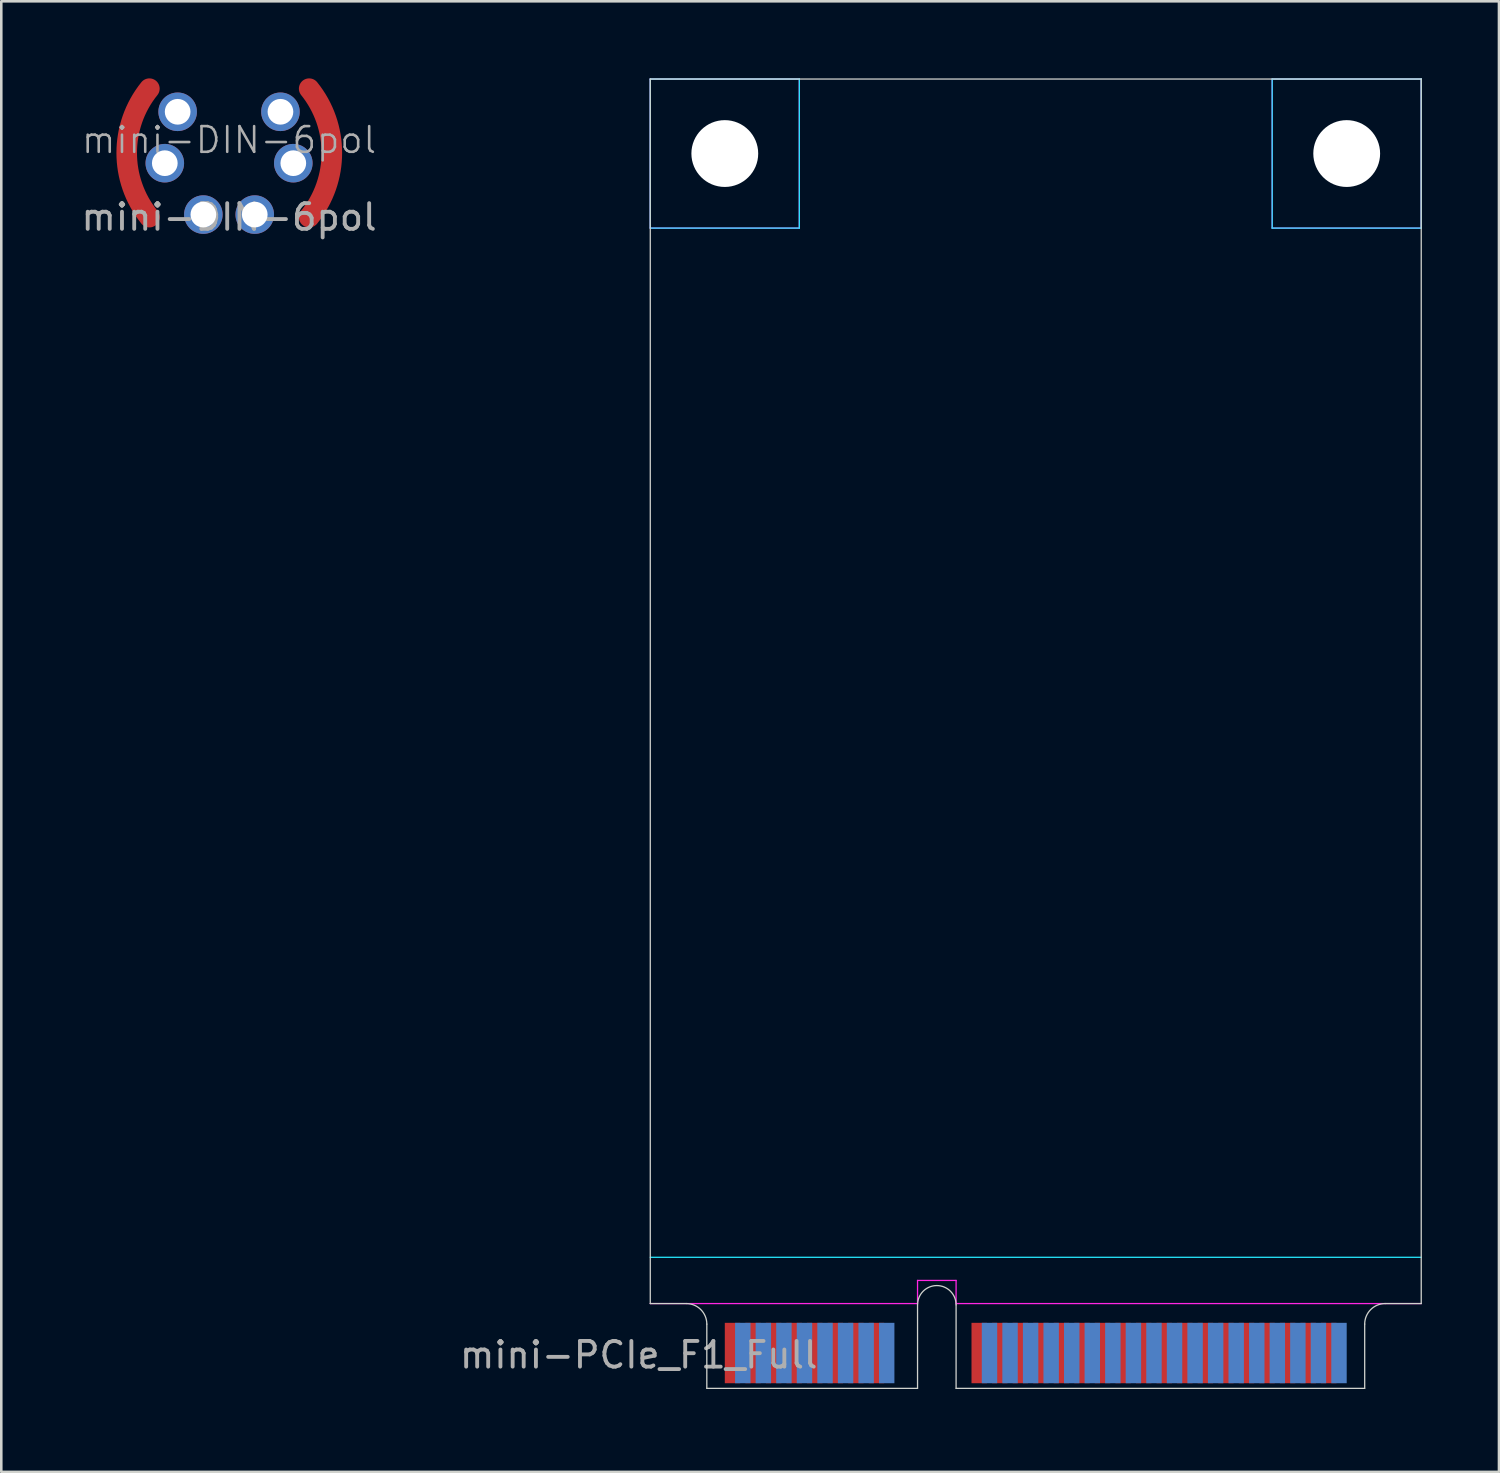
<source format=kicad_pcb>
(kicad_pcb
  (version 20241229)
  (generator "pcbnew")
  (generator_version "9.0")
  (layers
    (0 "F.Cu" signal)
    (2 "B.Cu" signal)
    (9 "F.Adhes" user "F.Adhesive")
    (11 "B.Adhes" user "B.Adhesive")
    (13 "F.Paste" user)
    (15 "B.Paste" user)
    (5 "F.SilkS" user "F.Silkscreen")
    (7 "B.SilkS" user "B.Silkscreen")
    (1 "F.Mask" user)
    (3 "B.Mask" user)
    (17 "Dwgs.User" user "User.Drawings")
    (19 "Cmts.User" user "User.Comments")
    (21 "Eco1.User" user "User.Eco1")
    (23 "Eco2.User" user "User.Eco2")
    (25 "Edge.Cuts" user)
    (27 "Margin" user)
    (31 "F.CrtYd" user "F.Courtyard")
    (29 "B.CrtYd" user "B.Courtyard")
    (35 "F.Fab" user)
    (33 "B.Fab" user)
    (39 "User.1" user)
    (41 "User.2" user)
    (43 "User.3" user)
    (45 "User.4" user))
  (footprint "mini-PCIe_F1_Full"
    (layer "F.Cu")
    (at 33.404 50.975)
    (property "Reference" "mini-PCIe_F1_Full" (at -11.6 -1.3 0) (layer "F.Fab") (effects (font (size 1 1) (thickness 0.15))))
    (attr through_hole)
    (fp_line (start -11.15 -50.95) (end 18.85 -50.95) (stroke (width 0.05) (type solid)) (layer "Edge.Cuts"))
    (fp_line (start -11.15 -3.3) (end -11.15 -50.95) (stroke (width 0.05) (type solid)) (layer "Edge.Cuts"))
    (fp_line (start -11.15 -3.3) (end -9.75 -3.3) (stroke (width 0.05) (type solid)) (layer "Edge.Cuts"))
    (fp_line (start -8.95 0) (end -8.95 -2.5) (stroke (width 0.05) (type solid)) (layer "Edge.Cuts"))
    (fp_line (start -0.75 0) (end -8.95 0) (stroke (width 0.05) (type solid)) (layer "Edge.Cuts"))
    (fp_line (start -0.75 0) (end -0.75 -3.25) (stroke (width 0.05) (type solid)) (layer "Edge.Cuts"))
    (fp_line (start 0.75 0) (end 0.75 -3.25) (stroke (width 0.05) (type solid)) (layer "Edge.Cuts"))
    (fp_line (start 0.75 0) (end 16.65 0) (stroke (width 0.05) (type solid)) (layer "Edge.Cuts"))
    (fp_line (start 16.65 0) (end 16.65 -2.5) (stroke (width 0.05) (type solid)) (layer "Edge.Cuts"))
    (fp_line (start 17.45 -3.3) (end 18.85 -3.3) (stroke (width 0.05) (type solid)) (layer "Edge.Cuts"))
    (fp_line (start 18.85 -3.3) (end 18.85 -50.95) (stroke (width 0.05) (type solid)) (layer "Edge.Cuts"))
    (fp_arc (start -9.75 -3.3) (mid -9.184315 -3.065685) (end -8.95 -2.5) (stroke (width 0.05) (type solid)) (layer "Edge.Cuts"))
    (fp_arc (start -0.75 -3.25) (mid 0 -4) (end 0.75 -3.25) (stroke (width 0.05) (type solid)) (layer "Edge.Cuts"))
    (fp_arc (start 16.65 -2.5) (mid 16.884315 -3.065685) (end 17.45 -3.3) (stroke (width 0.05) (type solid)) (layer "Edge.Cuts"))
    (fp_line (start -11.15 -50.95) (end -5.35 -50.95) (stroke (width 0.05) (type solid)) (layer "B.CrtYd"))
    (fp_line (start -11.15 -45.15) (end -11.15 -50.95) (stroke (width 0.05) (type solid)) (layer "B.CrtYd"))
    (fp_line (start -11.15 -45.15) (end -5.35 -45.15) (stroke (width 0.05) (type solid)) (layer "B.CrtYd"))
    (fp_line (start -11.15 -5.1) (end 18.85 -5.1) (stroke (width 0.05) (type solid)) (layer "B.CrtYd"))
    (fp_line (start -5.35 -45.15) (end -5.35 -50.95) (stroke (width 0.05) (type solid)) (layer "B.CrtYd"))
    (fp_line (start 13.05 -50.95) (end 18.85 -50.95) (stroke (width 0.05) (type solid)) (layer "B.CrtYd"))
    (fp_line (start 13.05 -45.15) (end 13.05 -50.95) (stroke (width 0.05) (type solid)) (layer "B.CrtYd"))
    (fp_line (start 13.05 -45.15) (end 18.85 -45.15) (stroke (width 0.05) (type solid)) (layer "B.CrtYd"))
    (fp_line (start 18.85 -45.15) (end 18.85 -50.95) (stroke (width 0.05) (type solid)) (layer "B.CrtYd"))
    (fp_line (start -11.15 -50.95) (end -5.35 -50.95) (stroke (width 0.05) (type solid)) (layer "F.CrtYd"))
    (fp_line (start -11.15 -45.15) (end -11.15 -50.95) (stroke (width 0.05) (type solid)) (layer "F.CrtYd"))
    (fp_line (start -11.15 -45.15) (end -5.35 -45.15) (stroke (width 0.05) (type solid)) (layer "F.CrtYd"))
    (fp_line (start -11.15 -3.3) (end -0.75 -3.3) (stroke (width 0.05) (type solid)) (layer "F.CrtYd"))
    (fp_line (start -5.35 -45.15) (end -5.35 -50.95) (stroke (width 0.05) (type solid)) (layer "F.CrtYd"))
    (fp_line (start -0.75 -4.2) (end 0.75 -4.2) (stroke (width 0.05) (type solid)) (layer "F.CrtYd"))
    (fp_line (start -0.75 -3.3) (end -0.75 -4.2) (stroke (width 0.05) (type solid)) (layer "F.CrtYd"))
    (fp_line (start 0.75 -3.3) (end 0.75 -4.2) (stroke (width 0.05) (type solid)) (layer "F.CrtYd"))
    (fp_line (start 0.75 -3.3) (end 18.85 -3.3) (stroke (width 0.05) (type solid)) (layer "F.CrtYd"))
    (fp_line (start 13.05 -50.95) (end 18.85 -50.95) (stroke (width 0.05) (type solid)) (layer "F.CrtYd"))
    (fp_line (start 13.05 -45.15) (end 13.05 -50.95) (stroke (width 0.05) (type solid)) (layer "F.CrtYd"))
    (fp_line (start 13.05 -45.15) (end 18.85 -45.15) (stroke (width 0.05) (type solid)) (layer "F.CrtYd"))
    (fp_line (start 18.85 -45.15) (end 18.85 -50.95) (stroke (width 0.05) (type solid)) (layer "F.CrtYd"))
    (pad "" np_thru_hole circle (at -8.25 -48.05) (size 2.6 2.6) (drill 2.6) (layers "*.Cu"))
    (pad "" np_thru_hole circle (at 15.95 -48.05) (size 2.6 2.6) (drill 2.6) (layers "*.Cu"))
    (pad "1" smd rect (at -7.95 -1.375) (size 0.6 2.35) (layers "F.Cu" "F.Mask"))
    (pad "2" smd rect (at -7.55 -1.375) (size 0.6 2.35) (layers "B.Cu" "B.Mask"))
    (pad "3" smd rect (at -7.15 -1.375) (size 0.6 2.35) (layers "F.Cu" "F.Mask"))
    (pad "4" smd rect (at -6.75 -1.375) (size 0.6 2.35) (layers "B.Cu" "B.Mask"))
    (pad "5" smd rect (at -6.35 -1.375) (size 0.6 2.35) (layers "F.Cu" "F.Mask"))
    (pad "6" smd rect (at -5.95 -1.375) (size 0.6 2.35) (layers "B.Cu" "B.Mask"))
    (pad "7" smd rect (at -5.55 -1.375) (size 0.6 2.35) (layers "F.Cu" "F.Mask"))
    (pad "8" smd rect (at -5.15 -1.375) (size 0.6 2.35) (layers "B.Cu" "B.Mask"))
    (pad "9" smd rect (at -4.75 -1.375) (size 0.6 2.35) (layers "F.Cu" "F.Mask"))
    (pad "10" smd rect (at -4.35 -1.375) (size 0.6 2.35) (layers "B.Cu" "B.Mask"))
    (pad "11" smd rect (at -3.95 -1.375) (size 0.6 2.35) (layers "F.Cu" "F.Mask"))
    (pad "12" smd rect (at -3.55 -1.375) (size 0.6 2.35) (layers "B.Cu" "B.Mask"))
    (pad "13" smd rect (at -3.15 -1.375) (size 0.6 2.35) (layers "F.Cu" "F.Mask"))
    (pad "14" smd rect (at -2.75 -1.375) (size 0.6 2.35) (layers "B.Cu" "B.Mask"))
    (pad "15" smd rect (at -2.35 -1.375) (size 0.6 2.35) (layers "F.Cu" "F.Mask"))
    (pad "16" smd rect (at -1.95 -1.375) (size 0.6 2.35) (layers "B.Cu" "B.Mask"))
    (pad "17" smd rect (at 1.65 -1.375) (size 0.6 2.35) (layers "F.Cu" "F.Mask"))
    (pad "18" smd rect (at 2.05 -1.375) (size 0.6 2.35) (layers "B.Cu" "B.Mask"))
    (pad "19" smd rect (at 2.45 -1.375) (size 0.6 2.35) (layers "F.Cu" "F.Mask"))
    (pad "20" smd rect (at 2.85 -1.375) (size 0.6 2.35) (layers "B.Cu" "B.Mask"))
    (pad "21" smd rect (at 3.25 -1.375) (size 0.6 2.35) (layers "F.Cu" "F.Mask"))
    (pad "22" smd rect (at 3.65 -1.375) (size 0.6 2.35) (layers "B.Cu" "B.Mask"))
    (pad "23" smd rect (at 4.05 -1.375) (size 0.6 2.35) (layers "F.Cu" "F.Mask"))
    (pad "24" smd rect (at 4.45 -1.375) (size 0.6 2.35) (layers "B.Cu" "B.Mask"))
    (pad "25" smd rect (at 4.85 -1.375) (size 0.6 2.35) (layers "F.Cu" "F.Mask"))
    (pad "26" smd rect (at 5.25 -1.375) (size 0.6 2.35) (layers "B.Cu" "B.Mask"))
    (pad "27" smd rect (at 5.65 -1.375) (size 0.6 2.35) (layers "F.Cu" "F.Mask"))
    (pad "28" smd rect (at 6.05 -1.375) (size 0.6 2.35) (layers "B.Cu" "B.Mask"))
    (pad "29" smd rect (at 6.45 -1.375) (size 0.6 2.35) (layers "F.Cu" "F.Mask"))
    (pad "30" smd rect (at 6.85 -1.375) (size 0.6 2.35) (layers "B.Cu" "B.Mask"))
    (pad "31" smd rect (at 7.25 -1.375) (size 0.6 2.35) (layers "F.Cu" "F.Mask"))
    (pad "32" smd rect (at 7.65 -1.375) (size 0.6 2.35) (layers "B.Cu" "B.Mask"))
    (pad "33" smd rect (at 8.05 -1.375) (size 0.6 2.35) (layers "F.Cu" "F.Mask"))
    (pad "34" smd rect (at 8.45 -1.375) (size 0.6 2.35) (layers "B.Cu" "B.Mask"))
    (pad "35" smd rect (at 8.85 -1.375) (size 0.6 2.35) (layers "F.Cu" "F.Mask"))
    (pad "36" smd rect (at 9.25 -1.375) (size 0.6 2.35) (layers "B.Cu" "B.Mask"))
    (pad "37" smd rect (at 9.65 -1.375) (size 0.6 2.35) (layers "F.Cu" "F.Mask"))
    (pad "38" smd rect (at 10.05 -1.375) (size 0.6 2.35) (layers "B.Cu" "B.Mask"))
    (pad "39" smd rect (at 10.45 -1.375) (size 0.6 2.35) (layers "F.Cu" "F.Mask"))
    (pad "40" smd rect (at 10.85 -1.375) (size 0.6 2.35) (layers "B.Cu" "B.Mask"))
    (pad "41" smd rect (at 11.25 -1.375) (size 0.6 2.35) (layers "F.Cu" "F.Mask"))
    (pad "42" smd rect (at 11.65 -1.375) (size 0.6 2.35) (layers "B.Cu" "B.Mask"))
    (pad "43" smd rect (at 12.05 -1.375) (size 0.6 2.35) (layers "F.Cu" "F.Mask"))
    (pad "44" smd rect (at 12.45 -1.375) (size 0.6 2.35) (layers "B.Cu" "B.Mask"))
    (pad "45" smd rect (at 12.85 -1.375) (size 0.6 2.35) (layers "F.Cu" "F.Mask"))
    (pad "46" smd rect (at 13.25 -1.375) (size 0.6 2.35) (layers "B.Cu" "B.Mask"))
    (pad "47" smd rect (at 13.65 -1.375) (size 0.6 2.35) (layers "F.Cu" "F.Mask"))
    (pad "48" smd rect (at 14.05 -1.375) (size 0.6 2.35) (layers "B.Cu" "B.Mask"))
    (pad "49" smd rect (at 14.45 -1.375) (size 0.6 2.35) (layers "F.Cu" "F.Mask"))
    (pad "50" smd rect (at 14.85 -1.375) (size 0.6 2.35) (layers "B.Cu" "B.Mask"))
    (pad "51" smd rect (at 15.25 -1.375) (size 0.6 2.35) (layers "F.Cu" "F.Mask"))
    (pad "52" smd rect (at 15.65 -1.375) (size 0.6 2.35) (layers "B.Cu" "B.Mask")))
  (footprint "mini-DIN-6pol"
    (layer "F.Cu")
    (at 5.863 2.9)
    (property "Reference" "mini-DIN-6pol" (at 0 -0.5 0) (unlocked yes) (layer "F.Fab") (effects (font (size 1 1) (thickness 0.1))))
    (attr through_hole)
    (fp_arc (start -3.099999 2.499999) (mid -3.98246 0) (end -3.1 -2.5) (stroke (width 0.8) (type default)) (layer "F.Cu"))
    (fp_arc (start 3.117538 -2.499999) (mid 3.999999 0) (end 3.117539 2.5) (stroke (width 0.8) (type default)) (layer "F.Cu"))
    (fp_arc (start -3.099998 2.499999) (mid -3.982458 0) (end -3.099999 -2.5) (stroke (width 0.8) (type default)) (layer "F.Mask"))
    (fp_arc (start 3.117538 -2.499999) (mid 3.999998 0) (end 3.117539 2.5) (stroke (width 0.8) (type default)) (layer "F.Mask"))
    (fp_text user "${REFERENCE}" (at 0 2.5 0) (unlocked yes) (layer "F.Fab") (effects (font (size 1 1) (thickness 0.15))))
    (pad "1" thru_hole circle (at -1 2.4) (size 1.5 1.5) (drill 1) (layers "*.Cu" "*.Mask"))
    (pad "2" thru_hole circle (at 1 2.4) (size 1.5 1.5) (drill 1) (layers "*.Cu" "*.Mask"))
    (pad "3" thru_hole circle (at -2.5 0.4) (size 1.5 1.5) (drill 1) (layers "*.Cu" "*.Mask"))
    (pad "4" thru_hole circle (at 2.5 0.4) (size 1.5 1.5) (drill 1) (layers "*.Cu" "*.Mask"))
    (pad "5" thru_hole circle (at -2 -1.6) (size 1.5 1.5) (drill 1) (layers "*.Cu" "*.Mask"))
    (pad "6" thru_hole circle (at 2 -1.6) (size 1.5 1.5) (drill 1) (layers "*.Cu" "*.Mask")))
  (gr_rect
    (start -3 -3)
    (end 55.279 54.225)
    (stroke (width 0.1) (type default))
    (fill no)
    (layer "Edge.Cuts")))
</source>
